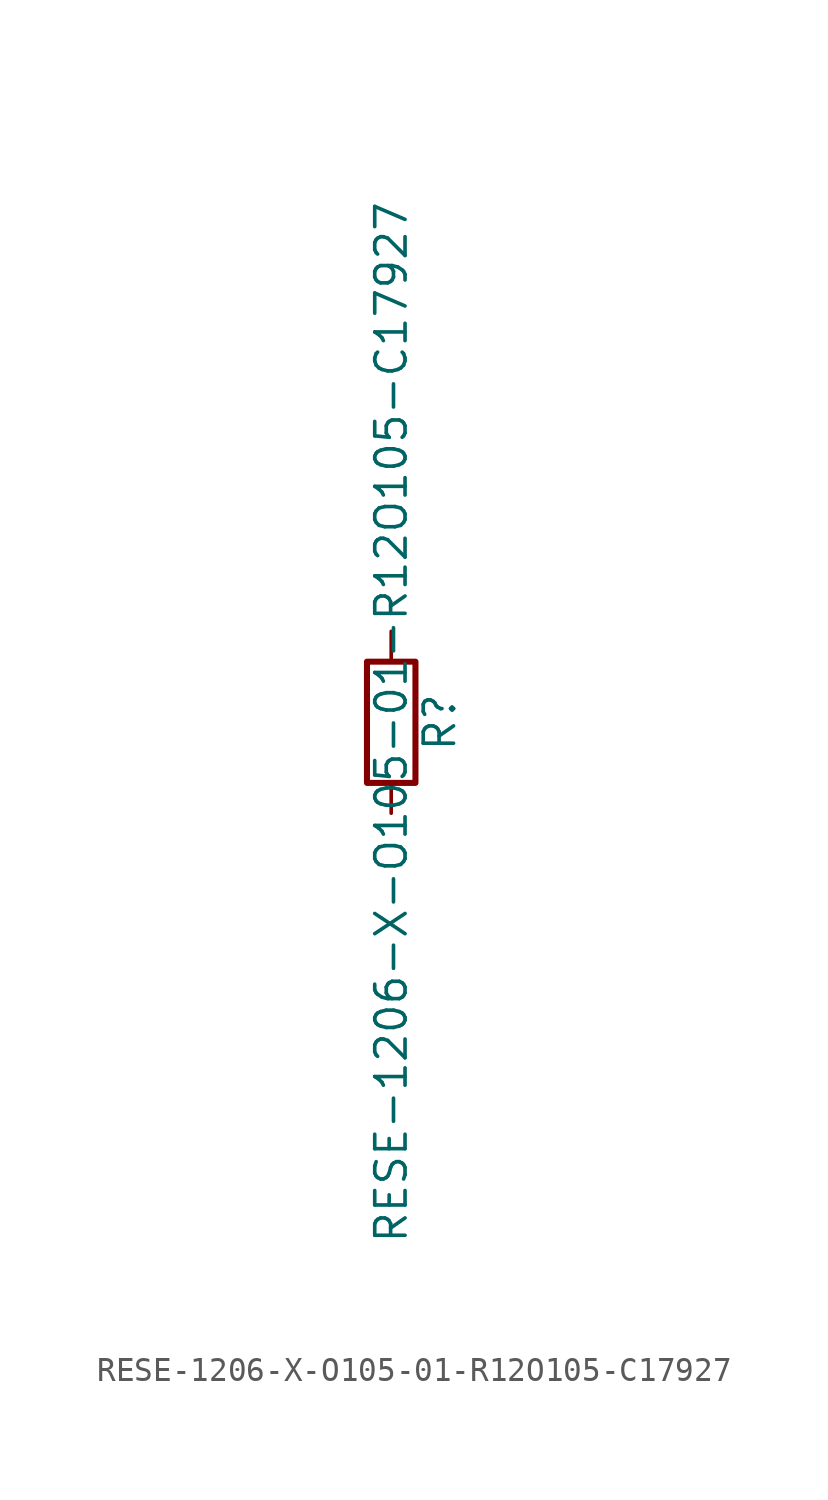
<source format=kicad_sym>
(kicad_symbol_lib
  (version 20211014)
  (generator kicad_symbol_editor)
  (symbol "RESE-1206-X-O105-01-R12O105-C17927"
    (pin_numbers hide)
    (pin_names
      (offset 0))
    (property "Reference" "R"
      (at 2.032 0 90)
      (effects (font (size 1.27 1.27))))
    (property "Value" "RESE-1206-X-O105-01-R12O105-C17927"
      (at 0 0 90)
      (effects (font (size 1.27 1.27))))
    (symbol "RESE-1206-X-O105-01-R12O105-C17927_0_1"
      (rectangle (start -1.016 -2.54) (end 1.016 2.54) (stroke (width 0.254) (type default) (color 0 0 0 0)) (fill (type none))))
    (symbol "RESE-1206-X-O105-01-R12O105-C17927_1_1"
      (pin passive line (at 0 3.81 270) (length 1.27) (name "~" (effects (font (size 1.27 1.27)))) (number "1" (effects (font (size 1.27 1.27)))))
      (pin passive line (at 0 -3.81 90) (length 1.27) (name "~" (effects (font (size 1.27 1.27)))) (number "2" (effects (font (size 1.27 1.27))))))))
</source>
